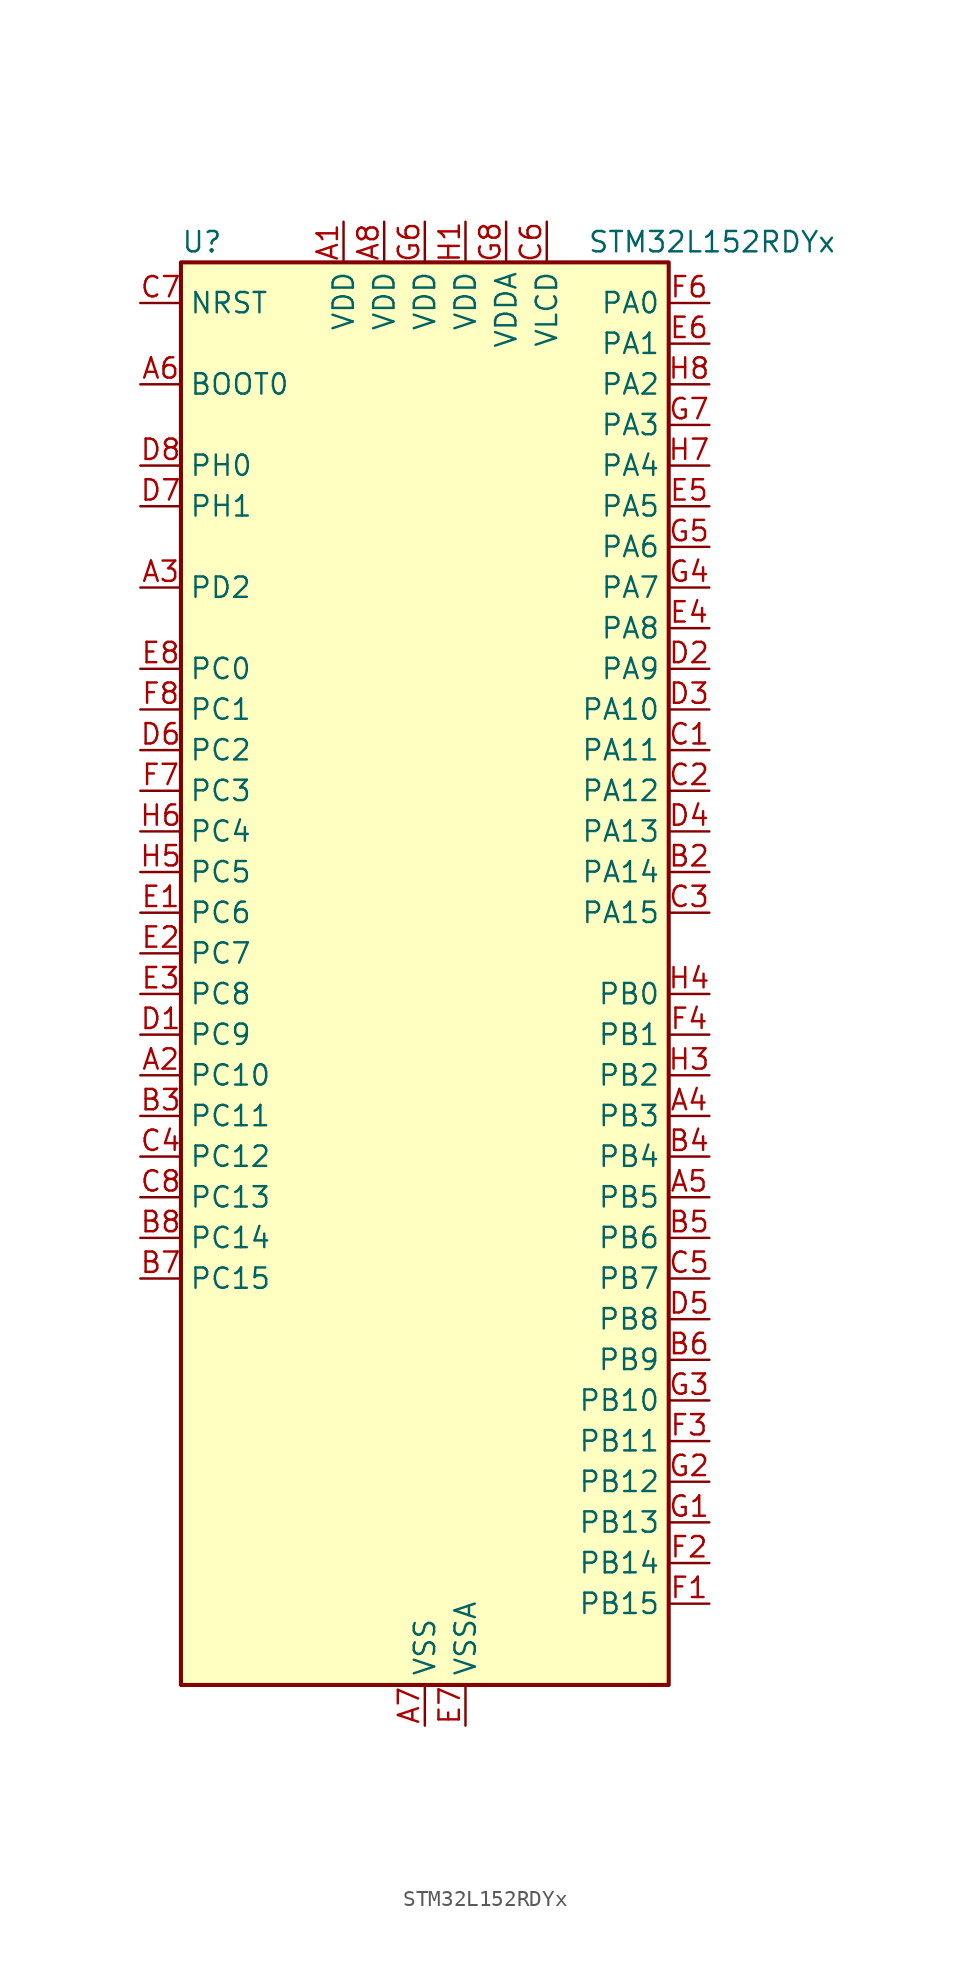
<source format=kicad_sym>
(kicad_symbol_lib
  (version 20220914)
  (generator kicad_symbol_editor)
  (symbol "STM32L152RDYx"
    (property "Reference" "U"
      (at -15.24 46.99 0)
      (effects (font (size 1.27 1.27)) (justify left)))
    (property "Value" "STM32L152RDYx"
      (at 10.16 46.99 0)
      (effects (font (size 1.27 1.27)) (justify left)))
    (property "ki_locked" ""
      (at 0 0 0)
      (effects (font (size 1.27 1.27))))
    (symbol "STM32L152RDYx_0_1"
      (rectangle (start -15.24 -43.18) (end 15.24 45.72) (stroke (width 0.254) (type default)) (fill (type background))))
    (symbol "STM32L152RDYx_1_1"
      (pin power_in line (at -5.08 48.26 270) (length 2.54) (name "VDD" (effects (font (size 1.27 1.27)))) (number "A1" (effects (font (size 1.27 1.27)))))
      (pin bidirectional line (at -17.78 -5.08 0) (length 2.54) (name "PC10" (effects (font (size 1.27 1.27)))) (number "A2" (effects (font (size 1.27 1.27)))) (alternate "I2S3_CK" bidirectional line) (alternate "LCD_COM4" bidirectional line) (alternate "LCD_SEG28" bidirectional line) (alternate "LCD_SEG40" bidirectional line) (alternate "SDIO_D2" bidirectional line) (alternate "SPI3_SCK" bidirectional line) (alternate "TIMX_IC3" bidirectional line) (alternate "UART4_TX" bidirectional line) (alternate "USART3_TX" bidirectional line))
      (pin bidirectional line (at -17.78 25.4 0) (length 2.54) (name "PD2" (effects (font (size 1.27 1.27)))) (number "A3" (effects (font (size 1.27 1.27)))) (alternate "LCD_COM7" bidirectional line) (alternate "LCD_SEG31" bidirectional line) (alternate "LCD_SEG43" bidirectional line) (alternate "SDIO_CMD" bidirectional line) (alternate "TIM3_ETR" bidirectional line) (alternate "TIMX_IC3" bidirectional line) (alternate "UART5_RX" bidirectional line))
      (pin bidirectional line (at 17.78 -7.62 180) (length 2.54) (name "PB3" (effects (font (size 1.27 1.27)))) (number "A4" (effects (font (size 1.27 1.27)))) (alternate "COMP2_INM" bidirectional line) (alternate "I2S3_CK" bidirectional line) (alternate "LCD_SEG7" bidirectional line) (alternate "SPI1_SCK" bidirectional line) (alternate "SPI3_SCK" bidirectional line) (alternate "SYS_JTDO-TRACESWO" bidirectional line) (alternate "TIM2_CH2" bidirectional line))
      (pin bidirectional line (at 17.78 -12.7 180) (length 2.54) (name "PB5" (effects (font (size 1.27 1.27)))) (number "A5" (effects (font (size 1.27 1.27)))) (alternate "COMP2_INP" bidirectional line) (alternate "I2C1_SMBA" bidirectional line) (alternate "I2S3_SD" bidirectional line) (alternate "LCD_SEG9" bidirectional line) (alternate "SPI1_MOSI" bidirectional line) (alternate "SPI3_MOSI" bidirectional line) (alternate "TIM3_CH2" bidirectional line) (alternate "TS_G6_IO2" bidirectional line))
      (pin input line (at -17.78 38.1 0) (length 2.54) (name "BOOT0" (effects (font (size 1.27 1.27)))) (number "A6" (effects (font (size 1.27 1.27)))))
      (pin power_in line (at 0 -45.72 90) (length 2.54) (name "VSS" (effects (font (size 1.27 1.27)))) (number "A7" (effects (font (size 1.27 1.27)))))
      (pin power_in line (at -2.54 48.26 270) (length 2.54) (name "VDD" (effects (font (size 1.27 1.27)))) (number "A8" (effects (font (size 1.27 1.27)))))
      (pin passive line (at 0 -45.72 90) (length 2.54) hide (name "VSS" (effects (font (size 1.27 1.27)))) (number "B1" (effects (font (size 1.27 1.27)))))
      (pin bidirectional line (at 17.78 7.62 180) (length 2.54) (name "PA14" (effects (font (size 1.27 1.27)))) (number "B2" (effects (font (size 1.27 1.27)))) (alternate "SYS_JTCK-SWCLK" bidirectional line) (alternate "TIMX_IC3" bidirectional line) (alternate "TS_G5_IO2" bidirectional line))
      (pin bidirectional line (at -17.78 -7.62 0) (length 2.54) (name "PC11" (effects (font (size 1.27 1.27)))) (number "B3" (effects (font (size 1.27 1.27)))) (alternate "ADC_EXTI11" bidirectional line) (alternate "LCD_COM5" bidirectional line) (alternate "LCD_SEG29" bidirectional line) (alternate "LCD_SEG41" bidirectional line) (alternate "SDIO_D3" bidirectional line) (alternate "SPI3_MISO" bidirectional line) (alternate "TIMX_IC4" bidirectional line) (alternate "UART4_RX" bidirectional line) (alternate "USART3_RX" bidirectional line))
      (pin bidirectional line (at 17.78 -10.16 180) (length 2.54) (name "PB4" (effects (font (size 1.27 1.27)))) (number "B4" (effects (font (size 1.27 1.27)))) (alternate "COMP2_INP" bidirectional line) (alternate "LCD_SEG8" bidirectional line) (alternate "SPI1_MISO" bidirectional line) (alternate "SPI3_MISO" bidirectional line) (alternate "SYS_JTRST" bidirectional line) (alternate "TIM3_CH1" bidirectional line) (alternate "TS_G6_IO1" bidirectional line))
      (pin bidirectional line (at 17.78 -15.24 180) (length 2.54) (name "PB6" (effects (font (size 1.27 1.27)))) (number "B5" (effects (font (size 1.27 1.27)))) (alternate "COMP2_INP" bidirectional line) (alternate "I2C1_SCL" bidirectional line) (alternate "TIM4_CH1" bidirectional line) (alternate "TS_G6_IO3" bidirectional line) (alternate "USART1_TX" bidirectional line))
      (pin bidirectional line (at 17.78 -22.86 180) (length 2.54) (name "PB9" (effects (font (size 1.27 1.27)))) (number "B6" (effects (font (size 1.27 1.27)))) (alternate "DAC_EXTI9" bidirectional line) (alternate "I2C1_SDA" bidirectional line) (alternate "LCD_COM3" bidirectional line) (alternate "SDIO_D5" bidirectional line) (alternate "TIM11_CH1" bidirectional line) (alternate "TIM4_CH4" bidirectional line))
      (pin bidirectional line (at -17.78 -17.78 0) (length 2.54) (name "PC15" (effects (font (size 1.27 1.27)))) (number "B7" (effects (font (size 1.27 1.27)))) (alternate "ADC_EXTI15" bidirectional line) (alternate "RCC_OSC32_OUT" bidirectional line) (alternate "TIMX_IC4" bidirectional line))
      (pin bidirectional line (at -17.78 -15.24 0) (length 2.54) (name "PC14" (effects (font (size 1.27 1.27)))) (number "B8" (effects (font (size 1.27 1.27)))) (alternate "RCC_OSC32_IN" bidirectional line) (alternate "TIMX_IC3" bidirectional line))
      (pin bidirectional line (at 17.78 15.24 180) (length 2.54) (name "PA11" (effects (font (size 1.27 1.27)))) (number "C1" (effects (font (size 1.27 1.27)))) (alternate "ADC_EXTI11" bidirectional line) (alternate "SPI1_MISO" bidirectional line) (alternate "TIMX_IC4" bidirectional line) (alternate "USART1_CTS" bidirectional line) (alternate "USB_DM" bidirectional line))
      (pin bidirectional line (at 17.78 12.7 180) (length 2.54) (name "PA12" (effects (font (size 1.27 1.27)))) (number "C2" (effects (font (size 1.27 1.27)))) (alternate "SPI1_MOSI" bidirectional line) (alternate "TIMX_IC1" bidirectional line) (alternate "USART1_RTS" bidirectional line) (alternate "USB_DP" bidirectional line))
      (pin bidirectional line (at 17.78 5.08 180) (length 2.54) (name "PA15" (effects (font (size 1.27 1.27)))) (number "C3" (effects (font (size 1.27 1.27)))) (alternate "ADC_EXTI15" bidirectional line) (alternate "I2S3_WS" bidirectional line) (alternate "LCD_SEG17" bidirectional line) (alternate "SPI1_NSS" bidirectional line) (alternate "SPI3_NSS" bidirectional line) (alternate "SYS_JTDI" bidirectional line) (alternate "TIM2_CH1" bidirectional line) (alternate "TIM2_ETR" bidirectional line) (alternate "TIMX_IC4" bidirectional line) (alternate "TS_G5_IO3" bidirectional line))
      (pin bidirectional line (at -17.78 -10.16 0) (length 2.54) (name "PC12" (effects (font (size 1.27 1.27)))) (number "C4" (effects (font (size 1.27 1.27)))) (alternate "I2S3_SD" bidirectional line) (alternate "LCD_COM6" bidirectional line) (alternate "LCD_SEG30" bidirectional line) (alternate "LCD_SEG42" bidirectional line) (alternate "SDIO_CK" bidirectional line) (alternate "SPI3_MOSI" bidirectional line) (alternate "TIMX_IC1" bidirectional line) (alternate "UART5_TX" bidirectional line) (alternate "USART3_CK" bidirectional line))
      (pin bidirectional line (at 17.78 -17.78 180) (length 2.54) (name "PB7" (effects (font (size 1.27 1.27)))) (number "C5" (effects (font (size 1.27 1.27)))) (alternate "COMP2_INP" bidirectional line) (alternate "I2C1_SDA" bidirectional line) (alternate "SYS_PVD_IN" bidirectional line) (alternate "TIM4_CH2" bidirectional line) (alternate "TS_G6_IO4" bidirectional line) (alternate "USART1_RX" bidirectional line))
      (pin power_in line (at 7.62 48.26 270) (length 2.54) (name "VLCD" (effects (font (size 1.27 1.27)))) (number "C6" (effects (font (size 1.27 1.27)))))
      (pin input line (at -17.78 43.18 0) (length 2.54) (name "NRST" (effects (font (size 1.27 1.27)))) (number "C7" (effects (font (size 1.27 1.27)))))
      (pin bidirectional line (at -17.78 -12.7 0) (length 2.54) (name "PC13" (effects (font (size 1.27 1.27)))) (number "C8" (effects (font (size 1.27 1.27)))) (alternate "RTC_OUT_ALARM" bidirectional line) (alternate "RTC_OUT_CALIB" bidirectional line) (alternate "RTC_TAMP1" bidirectional line) (alternate "RTC_TS" bidirectional line) (alternate "SYS_WKUP2" bidirectional line) (alternate "TIMX_IC2" bidirectional line))
      (pin bidirectional line (at -17.78 -2.54 0) (length 2.54) (name "PC9" (effects (font (size 1.27 1.27)))) (number "D1" (effects (font (size 1.27 1.27)))) (alternate "DAC_EXTI9" bidirectional line) (alternate "LCD_SEG27" bidirectional line) (alternate "SDIO_D1" bidirectional line) (alternate "TIM3_CH4" bidirectional line) (alternate "TIMX_IC2" bidirectional line) (alternate "TS_G10_IO4" bidirectional line))
      (pin bidirectional line (at 17.78 20.32 180) (length 2.54) (name "PA9" (effects (font (size 1.27 1.27)))) (number "D2" (effects (font (size 1.27 1.27)))) (alternate "DAC_EXTI9" bidirectional line) (alternate "LCD_COM1" bidirectional line) (alternate "TIMX_IC2" bidirectional line) (alternate "TS_G4_IO2" bidirectional line) (alternate "USART1_TX" bidirectional line))
      (pin bidirectional line (at 17.78 17.78 180) (length 2.54) (name "PA10" (effects (font (size 1.27 1.27)))) (number "D3" (effects (font (size 1.27 1.27)))) (alternate "LCD_COM2" bidirectional line) (alternate "TIMX_IC3" bidirectional line) (alternate "TS_G4_IO3" bidirectional line) (alternate "USART1_RX" bidirectional line))
      (pin bidirectional line (at 17.78 10.16 180) (length 2.54) (name "PA13" (effects (font (size 1.27 1.27)))) (number "D4" (effects (font (size 1.27 1.27)))) (alternate "SYS_JTMS-SWDIO" bidirectional line) (alternate "TIMX_IC2" bidirectional line) (alternate "TS_G5_IO1" bidirectional line))
      (pin bidirectional line (at 17.78 -20.32 180) (length 2.54) (name "PB8" (effects (font (size 1.27 1.27)))) (number "D5" (effects (font (size 1.27 1.27)))) (alternate "I2C1_SCL" bidirectional line) (alternate "LCD_SEG16" bidirectional line) (alternate "SDIO_D4" bidirectional line) (alternate "TIM10_CH1" bidirectional line) (alternate "TIM4_CH3" bidirectional line))
      (pin bidirectional line (at -17.78 15.24 0) (length 2.54) (name "PC2" (effects (font (size 1.27 1.27)))) (number "D6" (effects (font (size 1.27 1.27)))) (alternate "ADC_IN12" bidirectional line) (alternate "COMP1_INP" bidirectional line) (alternate "LCD_SEG20" bidirectional line) (alternate "OPAMP3_VINM" bidirectional line) (alternate "TIMX_IC3" bidirectional line) (alternate "TS_G8_IO3" bidirectional line))
      (pin bidirectional line (at -17.78 30.48 0) (length 2.54) (name "PH1" (effects (font (size 1.27 1.27)))) (number "D7" (effects (font (size 1.27 1.27)))) (alternate "RCC_OSC_OUT" bidirectional line))
      (pin bidirectional line (at -17.78 33.02 0) (length 2.54) (name "PH0" (effects (font (size 1.27 1.27)))) (number "D8" (effects (font (size 1.27 1.27)))) (alternate "RCC_OSC_IN" bidirectional line))
      (pin bidirectional line (at -17.78 5.08 0) (length 2.54) (name "PC6" (effects (font (size 1.27 1.27)))) (number "E1" (effects (font (size 1.27 1.27)))) (alternate "I2S2_MCK" bidirectional line) (alternate "LCD_SEG24" bidirectional line) (alternate "SDIO_D6" bidirectional line) (alternate "TIM3_CH1" bidirectional line) (alternate "TIMX_IC3" bidirectional line) (alternate "TS_G10_IO1" bidirectional line))
      (pin bidirectional line (at -17.78 2.54 0) (length 2.54) (name "PC7" (effects (font (size 1.27 1.27)))) (number "E2" (effects (font (size 1.27 1.27)))) (alternate "I2S3_MCK" bidirectional line) (alternate "LCD_SEG25" bidirectional line) (alternate "SDIO_D7" bidirectional line) (alternate "TIM3_CH2" bidirectional line) (alternate "TIMX_IC4" bidirectional line) (alternate "TS_G10_IO2" bidirectional line))
      (pin bidirectional line (at -17.78 0 0) (length 2.54) (name "PC8" (effects (font (size 1.27 1.27)))) (number "E3" (effects (font (size 1.27 1.27)))) (alternate "LCD_SEG26" bidirectional line) (alternate "SDIO_D0" bidirectional line) (alternate "TIM3_CH3" bidirectional line) (alternate "TIMX_IC1" bidirectional line) (alternate "TS_G10_IO3" bidirectional line))
      (pin bidirectional line (at 17.78 22.86 180) (length 2.54) (name "PA8" (effects (font (size 1.27 1.27)))) (number "E4" (effects (font (size 1.27 1.27)))) (alternate "LCD_COM0" bidirectional line) (alternate "RCC_MCO" bidirectional line) (alternate "TIMX_IC1" bidirectional line) (alternate "TS_G4_IO1" bidirectional line) (alternate "USART1_CK" bidirectional line))
      (pin bidirectional line (at 17.78 30.48 180) (length 2.54) (name "PA5" (effects (font (size 1.27 1.27)))) (number "E5" (effects (font (size 1.27 1.27)))) (alternate "ADC_IN5" bidirectional line) (alternate "COMP1_INP" bidirectional line) (alternate "DAC_OUT2" bidirectional line) (alternate "SPI1_SCK" bidirectional line) (alternate "TIM2_CH1" bidirectional line) (alternate "TIM2_ETR" bidirectional line) (alternate "TIMX_IC2" bidirectional line))
      (pin bidirectional line (at 17.78 40.64 180) (length 2.54) (name "PA1" (effects (font (size 1.27 1.27)))) (number "E6" (effects (font (size 1.27 1.27)))) (alternate "ADC_IN1" bidirectional line) (alternate "COMP1_INP" bidirectional line) (alternate "LCD_SEG0" bidirectional line) (alternate "OPAMP1_VINP" bidirectional line) (alternate "TIM2_CH2" bidirectional line) (alternate "TIM5_CH2" bidirectional line) (alternate "TIMX_IC2" bidirectional line) (alternate "TS_G1_IO2" bidirectional line) (alternate "USART2_RTS" bidirectional line))
      (pin power_in line (at 2.54 -45.72 90) (length 2.54) (name "VSSA" (effects (font (size 1.27 1.27)))) (number "E7" (effects (font (size 1.27 1.27)))))
      (pin bidirectional line (at -17.78 20.32 0) (length 2.54) (name "PC0" (effects (font (size 1.27 1.27)))) (number "E8" (effects (font (size 1.27 1.27)))) (alternate "ADC_IN10" bidirectional line) (alternate "COMP1_INP" bidirectional line) (alternate "LCD_SEG18" bidirectional line) (alternate "TIMX_IC1" bidirectional line) (alternate "TS_G8_IO1" bidirectional line))
      (pin bidirectional line (at 17.78 -38.1 180) (length 2.54) (name "PB15" (effects (font (size 1.27 1.27)))) (number "F1" (effects (font (size 1.27 1.27)))) (alternate "ADC_EXTI15" bidirectional line) (alternate "ADC_IN21" bidirectional line) (alternate "COMP1_INP" bidirectional line) (alternate "I2S2_SD" bidirectional line) (alternate "LCD_SEG15" bidirectional line) (alternate "RTC_REFIN" bidirectional line) (alternate "SPI2_MOSI" bidirectional line) (alternate "TIM11_CH1" bidirectional line) (alternate "TS_G7_IO4" bidirectional line))
      (pin bidirectional line (at 17.78 -35.56 180) (length 2.54) (name "PB14" (effects (font (size 1.27 1.27)))) (number "F2" (effects (font (size 1.27 1.27)))) (alternate "ADC_IN20" bidirectional line) (alternate "COMP1_INP" bidirectional line) (alternate "LCD_SEG14" bidirectional line) (alternate "SPI2_MISO" bidirectional line) (alternate "TIM9_CH2" bidirectional line) (alternate "TS_G7_IO3" bidirectional line) (alternate "USART3_RTS" bidirectional line))
      (pin bidirectional line (at 17.78 -27.94 180) (length 2.54) (name "PB11" (effects (font (size 1.27 1.27)))) (number "F3" (effects (font (size 1.27 1.27)))) (alternate "ADC_EXTI11" bidirectional line) (alternate "I2C2_SDA" bidirectional line) (alternate "LCD_SEG11" bidirectional line) (alternate "TIM2_CH4" bidirectional line) (alternate "USART3_RX" bidirectional line))
      (pin bidirectional line (at 17.78 -2.54 180) (length 2.54) (name "PB1" (effects (font (size 1.27 1.27)))) (number "F4" (effects (font (size 1.27 1.27)))) (alternate "ADC_IN9" bidirectional line) (alternate "COMP1_INP" bidirectional line) (alternate "LCD_SEG6" bidirectional line) (alternate "SYS_V_REF_OUT" bidirectional line) (alternate "TIM3_CH4" bidirectional line) (alternate "TS_G3_IO2" bidirectional line))
      (pin passive line (at 0 -45.72 90) (length 2.54) hide (name "VSS" (effects (font (size 1.27 1.27)))) (number "F5" (effects (font (size 1.27 1.27)))))
      (pin bidirectional line (at 17.78 43.18 180) (length 2.54) (name "PA0" (effects (font (size 1.27 1.27)))) (number "F6" (effects (font (size 1.27 1.27)))) (alternate "ADC_IN0" bidirectional line) (alternate "COMP1_INP" bidirectional line) (alternate "RTC_TAMP2" bidirectional line) (alternate "SYS_WKUP1" bidirectional line) (alternate "TIM2_CH1" bidirectional line) (alternate "TIM2_ETR" bidirectional line) (alternate "TIM5_CH1" bidirectional line) (alternate "TIMX_IC1" bidirectional line) (alternate "TS_G1_IO1" bidirectional line) (alternate "USART2_CTS" bidirectional line))
      (pin bidirectional line (at -17.78 12.7 0) (length 2.54) (name "PC3" (effects (font (size 1.27 1.27)))) (number "F7" (effects (font (size 1.27 1.27)))) (alternate "ADC_IN13" bidirectional line) (alternate "COMP1_INP" bidirectional line) (alternate "LCD_SEG21" bidirectional line) (alternate "OPAMP3_VOUT" bidirectional line) (alternate "TIMX_IC4" bidirectional line) (alternate "TS_G8_IO4" bidirectional line))
      (pin bidirectional line (at -17.78 17.78 0) (length 2.54) (name "PC1" (effects (font (size 1.27 1.27)))) (number "F8" (effects (font (size 1.27 1.27)))) (alternate "ADC_IN11" bidirectional line) (alternate "COMP1_INP" bidirectional line) (alternate "LCD_SEG19" bidirectional line) (alternate "OPAMP3_VINP" bidirectional line) (alternate "TIMX_IC2" bidirectional line) (alternate "TS_G8_IO2" bidirectional line))
      (pin bidirectional line (at 17.78 -33.02 180) (length 2.54) (name "PB13" (effects (font (size 1.27 1.27)))) (number "G1" (effects (font (size 1.27 1.27)))) (alternate "ADC_IN19" bidirectional line) (alternate "COMP1_INP" bidirectional line) (alternate "I2S2_CK" bidirectional line) (alternate "LCD_SEG13" bidirectional line) (alternate "SPI2_SCK" bidirectional line) (alternate "TIM9_CH1" bidirectional line) (alternate "TS_G7_IO2" bidirectional line) (alternate "USART3_CTS" bidirectional line))
      (pin bidirectional line (at 17.78 -30.48 180) (length 2.54) (name "PB12" (effects (font (size 1.27 1.27)))) (number "G2" (effects (font (size 1.27 1.27)))) (alternate "ADC_IN18" bidirectional line) (alternate "COMP1_INP" bidirectional line) (alternate "I2C2_SMBA" bidirectional line) (alternate "I2S2_WS" bidirectional line) (alternate "LCD_SEG12" bidirectional line) (alternate "SPI2_NSS" bidirectional line) (alternate "TIM10_CH1" bidirectional line) (alternate "TS_G7_IO1" bidirectional line) (alternate "USART3_CK" bidirectional line))
      (pin bidirectional line (at 17.78 -25.4 180) (length 2.54) (name "PB10" (effects (font (size 1.27 1.27)))) (number "G3" (effects (font (size 1.27 1.27)))) (alternate "I2C2_SCL" bidirectional line) (alternate "LCD_SEG10" bidirectional line) (alternate "TIM2_CH3" bidirectional line) (alternate "USART3_TX" bidirectional line))
      (pin bidirectional line (at 17.78 25.4 180) (length 2.54) (name "PA7" (effects (font (size 1.27 1.27)))) (number "G4" (effects (font (size 1.27 1.27)))) (alternate "ADC_IN7" bidirectional line) (alternate "COMP1_INP" bidirectional line) (alternate "LCD_SEG4" bidirectional line) (alternate "OPAMP2_VINM" bidirectional line) (alternate "SPI1_MOSI" bidirectional line) (alternate "TIM11_CH1" bidirectional line) (alternate "TIM3_CH2" bidirectional line) (alternate "TIMX_IC4" bidirectional line) (alternate "TS_G2_IO2" bidirectional line))
      (pin bidirectional line (at 17.78 27.94 180) (length 2.54) (name "PA6" (effects (font (size 1.27 1.27)))) (number "G5" (effects (font (size 1.27 1.27)))) (alternate "ADC_IN6" bidirectional line) (alternate "COMP1_INP" bidirectional line) (alternate "LCD_SEG3" bidirectional line) (alternate "OPAMP2_VINP" bidirectional line) (alternate "SPI1_MISO" bidirectional line) (alternate "TIM10_CH1" bidirectional line) (alternate "TIM3_CH1" bidirectional line) (alternate "TIMX_IC3" bidirectional line) (alternate "TS_G2_IO1" bidirectional line))
      (pin power_in line (at 0 48.26 270) (length 2.54) (name "VDD" (effects (font (size 1.27 1.27)))) (number "G6" (effects (font (size 1.27 1.27)))))
      (pin bidirectional line (at 17.78 35.56 180) (length 2.54) (name "PA3" (effects (font (size 1.27 1.27)))) (number "G7" (effects (font (size 1.27 1.27)))) (alternate "ADC_IN3" bidirectional line) (alternate "COMP1_INP" bidirectional line) (alternate "LCD_SEG2" bidirectional line) (alternate "OPAMP1_VOUT" bidirectional line) (alternate "TIM2_CH4" bidirectional line) (alternate "TIM5_CH4" bidirectional line) (alternate "TIM9_CH2" bidirectional line) (alternate "TIMX_IC4" bidirectional line) (alternate "TS_G1_IO4" bidirectional line) (alternate "USART2_RX" bidirectional line))
      (pin power_in line (at 5.08 48.26 270) (length 2.54) (name "VDDA" (effects (font (size 1.27 1.27)))) (number "G8" (effects (font (size 1.27 1.27)))))
      (pin power_in line (at 2.54 48.26 270) (length 2.54) (name "VDD" (effects (font (size 1.27 1.27)))) (number "H1" (effects (font (size 1.27 1.27)))))
      (pin passive line (at 0 -45.72 90) (length 2.54) hide (name "VSS" (effects (font (size 1.27 1.27)))) (number "H2" (effects (font (size 1.27 1.27)))))
      (pin bidirectional line (at 17.78 -5.08 180) (length 2.54) (name "PB2" (effects (font (size 1.27 1.27)))) (number "H3" (effects (font (size 1.27 1.27)))) (alternate "TS_G3_IO3" bidirectional line))
      (pin bidirectional line (at 17.78 0 180) (length 2.54) (name "PB0" (effects (font (size 1.27 1.27)))) (number "H4" (effects (font (size 1.27 1.27)))) (alternate "ADC_IN8" bidirectional line) (alternate "COMP1_INP" bidirectional line) (alternate "LCD_SEG5" bidirectional line) (alternate "OPAMP2_VOUT" bidirectional line) (alternate "SYS_V_REF_OUT" bidirectional line) (alternate "TIM3_CH3" bidirectional line) (alternate "TS_G3_IO1" bidirectional line))
      (pin bidirectional line (at -17.78 7.62 0) (length 2.54) (name "PC5" (effects (font (size 1.27 1.27)))) (number "H5" (effects (font (size 1.27 1.27)))) (alternate "ADC_IN15" bidirectional line) (alternate "COMP1_INP" bidirectional line) (alternate "LCD_SEG23" bidirectional line) (alternate "TIMX_IC2" bidirectional line) (alternate "TS_G9_IO2" bidirectional line))
      (pin bidirectional line (at -17.78 10.16 0) (length 2.54) (name "PC4" (effects (font (size 1.27 1.27)))) (number "H6" (effects (font (size 1.27 1.27)))) (alternate "ADC_IN14" bidirectional line) (alternate "COMP1_INP" bidirectional line) (alternate "LCD_SEG22" bidirectional line) (alternate "TIMX_IC1" bidirectional line) (alternate "TS_G9_IO1" bidirectional line))
      (pin bidirectional line (at 17.78 33.02 180) (length 2.54) (name "PA4" (effects (font (size 1.27 1.27)))) (number "H7" (effects (font (size 1.27 1.27)))) (alternate "ADC_IN4" bidirectional line) (alternate "COMP1_INP" bidirectional line) (alternate "DAC_OUT1" bidirectional line) (alternate "I2S3_WS" bidirectional line) (alternate "SPI1_NSS" bidirectional line) (alternate "SPI3_NSS" bidirectional line) (alternate "TIMX_IC1" bidirectional line) (alternate "USART2_CK" bidirectional line))
      (pin bidirectional line (at 17.78 38.1 180) (length 2.54) (name "PA2" (effects (font (size 1.27 1.27)))) (number "H8" (effects (font (size 1.27 1.27)))) (alternate "ADC_IN2" bidirectional line) (alternate "COMP1_INP" bidirectional line) (alternate "LCD_SEG1" bidirectional line) (alternate "OPAMP1_VINM" bidirectional line) (alternate "TIM2_CH3" bidirectional line) (alternate "TIM5_CH3" bidirectional line) (alternate "TIM9_CH1" bidirectional line) (alternate "TIMX_IC3" bidirectional line) (alternate "TS_G1_IO3" bidirectional line) (alternate "USART2_TX" bidirectional line)))))
</source>
